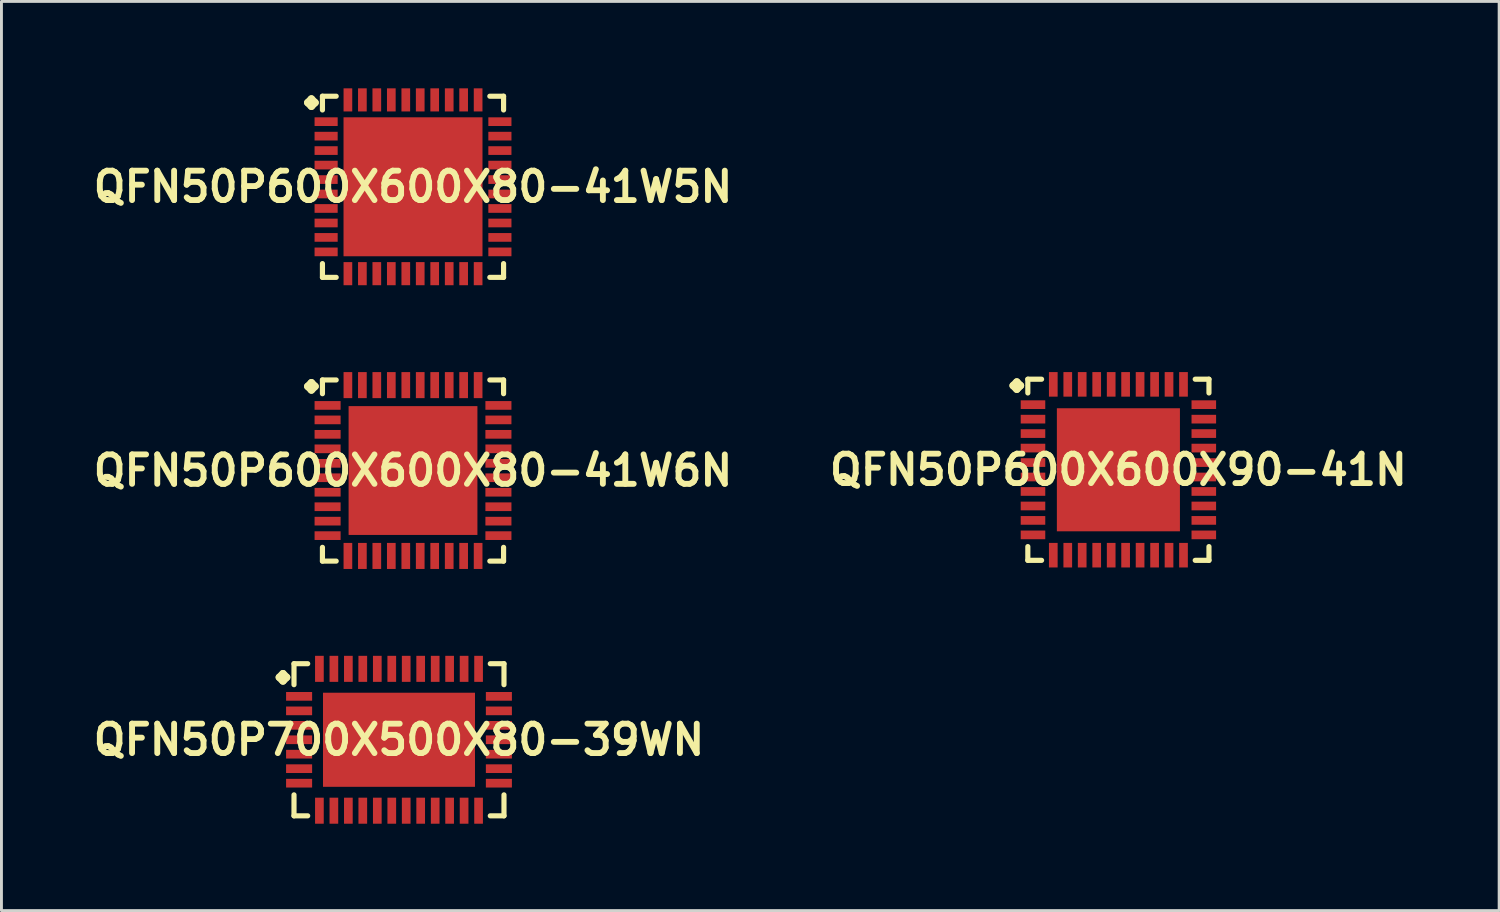
<source format=kicad_pcb>
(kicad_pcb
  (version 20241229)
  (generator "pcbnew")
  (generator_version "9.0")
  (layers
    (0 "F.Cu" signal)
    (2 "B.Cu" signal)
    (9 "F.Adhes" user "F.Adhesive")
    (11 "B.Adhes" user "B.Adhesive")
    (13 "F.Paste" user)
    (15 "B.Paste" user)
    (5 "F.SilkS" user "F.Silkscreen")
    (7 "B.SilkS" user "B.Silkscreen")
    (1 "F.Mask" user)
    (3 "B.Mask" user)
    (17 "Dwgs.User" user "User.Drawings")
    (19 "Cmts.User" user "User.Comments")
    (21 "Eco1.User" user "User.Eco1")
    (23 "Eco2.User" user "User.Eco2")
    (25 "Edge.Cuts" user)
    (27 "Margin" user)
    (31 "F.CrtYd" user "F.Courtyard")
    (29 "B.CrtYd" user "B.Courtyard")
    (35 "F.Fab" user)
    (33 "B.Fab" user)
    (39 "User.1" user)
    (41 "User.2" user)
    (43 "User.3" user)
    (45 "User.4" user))
  (footprint "QFN50P600X600X80-41W5N"
    (layer "F.Cu")
    (at 11.21 3.399)
    (property "Reference" "QFN50P600X600X80-41W5N" (at 0 0 0) (layer "F.SilkS") (effects (font (size 1.016 1.016) (thickness 0.203))))
    (attr smd)
    (fp_line (start -3.635 -2.906) (end -3.508 -3.033) (stroke (width 0.254) (type solid)) (layer "F.SilkS"))
    (fp_line (start -3.508 -3.033) (end -3.381 -2.906) (stroke (width 0.254) (type solid)) (layer "F.SilkS"))
    (fp_line (start -3.508 -2.779) (end -3.635 -2.906) (stroke (width 0.254) (type solid)) (layer "F.SilkS"))
    (fp_line (start -3.381 -2.906) (end -3.508 -2.779) (stroke (width 0.254) (type solid)) (layer "F.SilkS"))
    (fp_line (start -3.127 -3.127) (end -2.652 -3.127) (stroke (width 0.178) (type solid)) (layer "F.SilkS"))
    (fp_line (start -3.127 -2.652) (end -3.127 -3.127) (stroke (width 0.178) (type solid)) (layer "F.SilkS"))
    (fp_line (start -3.127 2.652) (end -3.127 3.127) (stroke (width 0.178) (type solid)) (layer "F.SilkS"))
    (fp_line (start -3.127 3.127) (end -2.652 3.127) (stroke (width 0.178) (type solid)) (layer "F.SilkS"))
    (fp_line (start 2.652 -3.127) (end 3.127 -3.127) (stroke (width 0.178) (type solid)) (layer "F.SilkS"))
    (fp_line (start 2.652 3.127) (end 3.127 3.127) (stroke (width 0.178) (type solid)) (layer "F.SilkS"))
    (fp_line (start 3.127 -3.127) (end 3.127 -2.652) (stroke (width 0.178) (type solid)) (layer "F.SilkS"))
    (fp_line (start 3.127 3.127) (end 3.127 2.652) (stroke (width 0.178) (type solid)) (layer "F.SilkS"))
    (pad "1" smd rect (at -3 -2.248) (size 0.798 0.3) (layers "F.Cu" "F.Mask" "F.Paste"))
    (pad "2" smd rect (at -3 -1.748) (size 0.798 0.3) (layers "F.Cu" "F.Mask" "F.Paste"))
    (pad "3" smd rect (at -3 -1.25) (size 0.798 0.3) (layers "F.Cu" "F.Mask" "F.Paste"))
    (pad "4" smd rect (at -3 -0.749) (size 0.798 0.3) (layers "F.Cu" "F.Mask" "F.Paste"))
    (pad "5" smd rect (at -3 -0.249) (size 0.798 0.3) (layers "F.Cu" "F.Mask" "F.Paste"))
    (pad "6" smd rect (at -3 0.249) (size 0.798 0.3) (layers "F.Cu" "F.Mask" "F.Paste"))
    (pad "7" smd rect (at -3 0.749) (size 0.798 0.3) (layers "F.Cu" "F.Mask" "F.Paste"))
    (pad "8" smd rect (at -3 1.25) (size 0.798 0.3) (layers "F.Cu" "F.Mask" "F.Paste"))
    (pad "9" smd rect (at -3 1.748) (size 0.798 0.3) (layers "F.Cu" "F.Mask" "F.Paste"))
    (pad "10" smd rect (at -3 2.248) (size 0.798 0.3) (layers "F.Cu" "F.Mask" "F.Paste"))
    (pad "11" smd rect (at -2.248 3) (size 0.3 0.798) (layers "F.Cu" "F.Mask" "F.Paste"))
    (pad "12" smd rect (at -1.748 3) (size 0.3 0.798) (layers "F.Cu" "F.Mask" "F.Paste"))
    (pad "13" smd rect (at -1.25 3) (size 0.3 0.798) (layers "F.Cu" "F.Mask" "F.Paste"))
    (pad "14" smd rect (at -0.749 3) (size 0.3 0.798) (layers "F.Cu" "F.Mask" "F.Paste"))
    (pad "15" smd rect (at -0.249 3) (size 0.3 0.798) (layers "F.Cu" "F.Mask" "F.Paste"))
    (pad "16" smd rect (at 0.249 3) (size 0.3 0.798) (layers "F.Cu" "F.Mask" "F.Paste"))
    (pad "17" smd rect (at 0.749 3) (size 0.3 0.798) (layers "F.Cu" "F.Mask" "F.Paste"))
    (pad "18" smd rect (at 1.25 3) (size 0.3 0.798) (layers "F.Cu" "F.Mask" "F.Paste"))
    (pad "19" smd rect (at 1.748 3) (size 0.3 0.798) (layers "F.Cu" "F.Mask" "F.Paste"))
    (pad "20" smd rect (at 2.248 3) (size 0.3 0.798) (layers "F.Cu" "F.Mask" "F.Paste"))
    (pad "21" smd rect (at 3 2.248) (size 0.798 0.3) (layers "F.Cu" "F.Mask" "F.Paste"))
    (pad "22" smd rect (at 3 1.748) (size 0.798 0.3) (layers "F.Cu" "F.Mask" "F.Paste"))
    (pad "23" smd rect (at 3 1.25) (size 0.798 0.3) (layers "F.Cu" "F.Mask" "F.Paste"))
    (pad "24" smd rect (at 3 0.749) (size 0.798 0.3) (layers "F.Cu" "F.Mask" "F.Paste"))
    (pad "25" smd rect (at 3 0.249) (size 0.798 0.3) (layers "F.Cu" "F.Mask" "F.Paste"))
    (pad "26" smd rect (at 3 -0.249) (size 0.798 0.3) (layers "F.Cu" "F.Mask" "F.Paste"))
    (pad "27" smd rect (at 3 -0.749) (size 0.798 0.3) (layers "F.Cu" "F.Mask" "F.Paste"))
    (pad "28" smd rect (at 3 -1.25) (size 0.798 0.3) (layers "F.Cu" "F.Mask" "F.Paste"))
    (pad "29" smd rect (at 3 -1.748) (size 0.798 0.3) (layers "F.Cu" "F.Mask" "F.Paste"))
    (pad "30" smd rect (at 3 -2.248) (size 0.798 0.3) (layers "F.Cu" "F.Mask" "F.Paste"))
    (pad "31" smd rect (at 2.248 -3) (size 0.3 0.798) (layers "F.Cu" "F.Mask" "F.Paste"))
    (pad "32" smd rect (at 1.748 -3) (size 0.3 0.798) (layers "F.Cu" "F.Mask" "F.Paste"))
    (pad "33" smd rect (at 1.25 -3) (size 0.3 0.798) (layers "F.Cu" "F.Mask" "F.Paste"))
    (pad "34" smd rect (at 0.749 -3) (size 0.3 0.798) (layers "F.Cu" "F.Mask" "F.Paste"))
    (pad "35" smd rect (at 0.249 -3) (size 0.3 0.798) (layers "F.Cu" "F.Mask" "F.Paste"))
    (pad "36" smd rect (at -0.249 -3) (size 0.3 0.798) (layers "F.Cu" "F.Mask" "F.Paste"))
    (pad "37" smd rect (at -0.749 -3) (size 0.3 0.798) (layers "F.Cu" "F.Mask" "F.Paste"))
    (pad "38" smd rect (at -1.25 -3) (size 0.3 0.798) (layers "F.Cu" "F.Mask" "F.Paste"))
    (pad "39" smd rect (at -1.748 -3) (size 0.3 0.798) (layers "F.Cu" "F.Mask" "F.Paste"))
    (pad "40" smd rect (at -2.248 -3) (size 0.3 0.798) (layers "F.Cu" "F.Mask" "F.Paste"))
    (pad "41" smd rect (at 0 0) (size 4.798 4.798) (layers "F.Cu" "F.Mask" "F.Paste")))
  (footprint "QFN50P700X500X80-39WN"
    (layer "F.Cu")
    (at 10.726 22.492)
    (property "Reference" "QFN50P700X500X80-39WN" (at 0 0 0) (layer "F.SilkS") (effects (font (size 1.016 1.016) (thickness 0.203))))
    (attr smd)
    (fp_line (start -4.133 -2.156) (end -4.006 -2.283) (stroke (width 0.254) (type solid)) (layer "F.SilkS"))
    (fp_line (start -4.006 -2.283) (end -3.879 -2.156) (stroke (width 0.254) (type solid)) (layer "F.SilkS"))
    (fp_line (start -4.006 -2.029) (end -4.133 -2.156) (stroke (width 0.254) (type solid)) (layer "F.SilkS"))
    (fp_line (start -3.879 -2.156) (end -4.006 -2.029) (stroke (width 0.254) (type solid)) (layer "F.SilkS"))
    (fp_line (start -3.625 -2.626) (end -3.152 -2.626) (stroke (width 0.178) (type solid)) (layer "F.SilkS"))
    (fp_line (start -3.625 -1.902) (end -3.625 -2.626) (stroke (width 0.178) (type solid)) (layer "F.SilkS"))
    (fp_line (start -3.625 1.902) (end -3.625 2.626) (stroke (width 0.178) (type solid)) (layer "F.SilkS"))
    (fp_line (start -3.625 2.626) (end -3.152 2.626) (stroke (width 0.178) (type solid)) (layer "F.SilkS"))
    (fp_line (start 3.152 -2.626) (end 3.625 -2.626) (stroke (width 0.178) (type solid)) (layer "F.SilkS"))
    (fp_line (start 3.152 2.626) (end 3.625 2.626) (stroke (width 0.178) (type solid)) (layer "F.SilkS"))
    (fp_line (start 3.625 -2.626) (end 3.625 -1.902) (stroke (width 0.178) (type solid)) (layer "F.SilkS"))
    (fp_line (start 3.625 2.626) (end 3.625 1.902) (stroke (width 0.178) (type solid)) (layer "F.SilkS"))
    (pad "1" smd rect (at -3.449 -1.499) (size 0.899 0.3) (layers "F.Cu" "F.Mask" "F.Paste"))
    (pad "2" smd rect (at -3.449 -0.998) (size 0.899 0.3) (layers "F.Cu" "F.Mask" "F.Paste"))
    (pad "3" smd rect (at -3.449 -0.498) (size 0.899 0.3) (layers "F.Cu" "F.Mask" "F.Paste"))
    (pad "4" smd rect (at -3.449 0) (size 0.899 0.3) (layers "F.Cu" "F.Mask" "F.Paste"))
    (pad "5" smd rect (at -3.449 0.498) (size 0.899 0.3) (layers "F.Cu" "F.Mask" "F.Paste"))
    (pad "6" smd rect (at -3.449 0.998) (size 0.899 0.3) (layers "F.Cu" "F.Mask" "F.Paste"))
    (pad "7" smd rect (at -3.449 1.499) (size 0.899 0.3) (layers "F.Cu" "F.Mask" "F.Paste"))
    (pad "8" smd rect (at -2.748 2.449) (size 0.3 0.899) (layers "F.Cu" "F.Mask" "F.Paste"))
    (pad "9" smd rect (at -2.248 2.449) (size 0.3 0.899) (layers "F.Cu" "F.Mask" "F.Paste"))
    (pad "10" smd rect (at -1.748 2.449) (size 0.3 0.899) (layers "F.Cu" "F.Mask" "F.Paste"))
    (pad "11" smd rect (at -1.25 2.449) (size 0.3 0.899) (layers "F.Cu" "F.Mask" "F.Paste"))
    (pad "12" smd rect (at -0.749 2.449) (size 0.3 0.899) (layers "F.Cu" "F.Mask" "F.Paste"))
    (pad "13" smd rect (at -0.249 2.449) (size 0.3 0.899) (layers "F.Cu" "F.Mask" "F.Paste"))
    (pad "14" smd rect (at 0.249 2.449) (size 0.3 0.899) (layers "F.Cu" "F.Mask" "F.Paste"))
    (pad "15" smd rect (at 0.749 2.449) (size 0.3 0.899) (layers "F.Cu" "F.Mask" "F.Paste"))
    (pad "16" smd rect (at 1.25 2.449) (size 0.3 0.899) (layers "F.Cu" "F.Mask" "F.Paste"))
    (pad "17" smd rect (at 1.748 2.449) (size 0.3 0.899) (layers "F.Cu" "F.Mask" "F.Paste"))
    (pad "18" smd rect (at 2.248 2.449) (size 0.3 0.899) (layers "F.Cu" "F.Mask" "F.Paste"))
    (pad "19" smd rect (at 2.748 2.449) (size 0.3 0.899) (layers "F.Cu" "F.Mask" "F.Paste"))
    (pad "20" smd rect (at 3.449 1.499) (size 0.899 0.3) (layers "F.Cu" "F.Mask" "F.Paste"))
    (pad "21" smd rect (at 3.449 0.998) (size 0.899 0.3) (layers "F.Cu" "F.Mask" "F.Paste"))
    (pad "22" smd rect (at 3.449 0.498) (size 0.899 0.3) (layers "F.Cu" "F.Mask" "F.Paste"))
    (pad "23" smd rect (at 3.449 0) (size 0.899 0.3) (layers "F.Cu" "F.Mask" "F.Paste"))
    (pad "24" smd rect (at 3.449 -0.498) (size 0.899 0.3) (layers "F.Cu" "F.Mask" "F.Paste"))
    (pad "25" smd rect (at 3.449 -0.998) (size 0.899 0.3) (layers "F.Cu" "F.Mask" "F.Paste"))
    (pad "26" smd rect (at 3.449 -1.499) (size 0.899 0.3) (layers "F.Cu" "F.Mask" "F.Paste"))
    (pad "27" smd rect (at 2.748 -2.449) (size 0.3 0.899) (layers "F.Cu" "F.Mask" "F.Paste"))
    (pad "28" smd rect (at 2.248 -2.449) (size 0.3 0.899) (layers "F.Cu" "F.Mask" "F.Paste"))
    (pad "29" smd rect (at 1.748 -2.449) (size 0.3 0.899) (layers "F.Cu" "F.Mask" "F.Paste"))
    (pad "30" smd rect (at 1.25 -2.449) (size 0.3 0.899) (layers "F.Cu" "F.Mask" "F.Paste"))
    (pad "31" smd rect (at 0.749 -2.449) (size 0.3 0.899) (layers "F.Cu" "F.Mask" "F.Paste"))
    (pad "32" smd rect (at 0.249 -2.449) (size 0.3 0.899) (layers "F.Cu" "F.Mask" "F.Paste"))
    (pad "33" smd rect (at -0.249 -2.449) (size 0.3 0.899) (layers "F.Cu" "F.Mask" "F.Paste"))
    (pad "34" smd rect (at -0.749 -2.449) (size 0.3 0.899) (layers "F.Cu" "F.Mask" "F.Paste"))
    (pad "35" smd rect (at -1.25 -2.449) (size 0.3 0.899) (layers "F.Cu" "F.Mask" "F.Paste"))
    (pad "36" smd rect (at -1.748 -2.449) (size 0.3 0.899) (layers "F.Cu" "F.Mask" "F.Paste"))
    (pad "37" smd rect (at -2.248 -2.449) (size 0.3 0.899) (layers "F.Cu" "F.Mask" "F.Paste"))
    (pad "38" smd rect (at -2.748 -2.449) (size 0.3 0.899) (layers "F.Cu" "F.Mask" "F.Paste"))
    (pad "39" smd rect (at 0 0) (size 5.248 3.249) (layers "F.Cu" "F.Mask" "F.Paste")))
  (footprint "QFN50P600X600X80-41W6N"
    (layer "F.Cu")
    (at 11.21 13.196)
    (property "Reference" "QFN50P600X600X80-41W6N" (at 0 0 0) (layer "F.SilkS") (effects (font (size 1.016 1.016) (thickness 0.203))))
    (attr smd)
    (fp_line (start -3.635 -2.906) (end -3.508 -3.033) (stroke (width 0.254) (type solid)) (layer "F.SilkS"))
    (fp_line (start -3.508 -3.033) (end -3.381 -2.906) (stroke (width 0.254) (type solid)) (layer "F.SilkS"))
    (fp_line (start -3.508 -2.779) (end -3.635 -2.906) (stroke (width 0.254) (type solid)) (layer "F.SilkS"))
    (fp_line (start -3.381 -2.906) (end -3.508 -2.779) (stroke (width 0.254) (type solid)) (layer "F.SilkS"))
    (fp_line (start -3.127 -3.127) (end -2.652 -3.127) (stroke (width 0.178) (type solid)) (layer "F.SilkS"))
    (fp_line (start -3.127 -2.652) (end -3.127 -3.127) (stroke (width 0.178) (type solid)) (layer "F.SilkS"))
    (fp_line (start -3.127 2.652) (end -3.127 3.127) (stroke (width 0.178) (type solid)) (layer "F.SilkS"))
    (fp_line (start -3.127 3.127) (end -2.652 3.127) (stroke (width 0.178) (type solid)) (layer "F.SilkS"))
    (fp_line (start 2.652 -3.127) (end 3.127 -3.127) (stroke (width 0.178) (type solid)) (layer "F.SilkS"))
    (fp_line (start 2.652 3.127) (end 3.127 3.127) (stroke (width 0.178) (type solid)) (layer "F.SilkS"))
    (fp_line (start 3.127 -3.127) (end 3.127 -2.652) (stroke (width 0.178) (type solid)) (layer "F.SilkS"))
    (fp_line (start 3.127 3.127) (end 3.127 2.652) (stroke (width 0.178) (type solid)) (layer "F.SilkS"))
    (pad "1" smd rect (at -2.949 -2.248) (size 0.899 0.3) (layers "F.Cu" "F.Mask" "F.Paste"))
    (pad "2" smd rect (at -2.949 -1.748) (size 0.899 0.3) (layers "F.Cu" "F.Mask" "F.Paste"))
    (pad "3" smd rect (at -2.949 -1.25) (size 0.899 0.3) (layers "F.Cu" "F.Mask" "F.Paste"))
    (pad "4" smd rect (at -2.949 -0.749) (size 0.899 0.3) (layers "F.Cu" "F.Mask" "F.Paste"))
    (pad "5" smd rect (at -2.949 -0.249) (size 0.899 0.3) (layers "F.Cu" "F.Mask" "F.Paste"))
    (pad "6" smd rect (at -2.949 0.249) (size 0.899 0.3) (layers "F.Cu" "F.Mask" "F.Paste"))
    (pad "7" smd rect (at -2.949 0.749) (size 0.899 0.3) (layers "F.Cu" "F.Mask" "F.Paste"))
    (pad "8" smd rect (at -2.949 1.25) (size 0.899 0.3) (layers "F.Cu" "F.Mask" "F.Paste"))
    (pad "9" smd rect (at -2.949 1.748) (size 0.899 0.3) (layers "F.Cu" "F.Mask" "F.Paste"))
    (pad "10" smd rect (at -2.949 2.248) (size 0.899 0.3) (layers "F.Cu" "F.Mask" "F.Paste"))
    (pad "11" smd rect (at -2.248 2.949) (size 0.3 0.899) (layers "F.Cu" "F.Mask" "F.Paste"))
    (pad "12" smd rect (at -1.748 2.949) (size 0.3 0.899) (layers "F.Cu" "F.Mask" "F.Paste"))
    (pad "13" smd rect (at -1.25 2.949) (size 0.3 0.899) (layers "F.Cu" "F.Mask" "F.Paste"))
    (pad "14" smd rect (at -0.749 2.949) (size 0.3 0.899) (layers "F.Cu" "F.Mask" "F.Paste"))
    (pad "15" smd rect (at -0.249 2.949) (size 0.3 0.899) (layers "F.Cu" "F.Mask" "F.Paste"))
    (pad "16" smd rect (at 0.249 2.949) (size 0.3 0.899) (layers "F.Cu" "F.Mask" "F.Paste"))
    (pad "17" smd rect (at 0.749 2.949) (size 0.3 0.899) (layers "F.Cu" "F.Mask" "F.Paste"))
    (pad "18" smd rect (at 1.25 2.949) (size 0.3 0.899) (layers "F.Cu" "F.Mask" "F.Paste"))
    (pad "19" smd rect (at 1.748 2.949) (size 0.3 0.899) (layers "F.Cu" "F.Mask" "F.Paste"))
    (pad "20" smd rect (at 2.248 2.949) (size 0.3 0.899) (layers "F.Cu" "F.Mask" "F.Paste"))
    (pad "21" smd rect (at 2.949 2.248) (size 0.899 0.3) (layers "F.Cu" "F.Mask" "F.Paste"))
    (pad "22" smd rect (at 2.949 1.748) (size 0.899 0.3) (layers "F.Cu" "F.Mask" "F.Paste"))
    (pad "23" smd rect (at 2.949 1.25) (size 0.899 0.3) (layers "F.Cu" "F.Mask" "F.Paste"))
    (pad "24" smd rect (at 2.949 0.749) (size 0.899 0.3) (layers "F.Cu" "F.Mask" "F.Paste"))
    (pad "25" smd rect (at 2.949 0.249) (size 0.899 0.3) (layers "F.Cu" "F.Mask" "F.Paste"))
    (pad "26" smd rect (at 2.949 -0.249) (size 0.899 0.3) (layers "F.Cu" "F.Mask" "F.Paste"))
    (pad "27" smd rect (at 2.949 -0.749) (size 0.899 0.3) (layers "F.Cu" "F.Mask" "F.Paste"))
    (pad "28" smd rect (at 2.949 -1.25) (size 0.899 0.3) (layers "F.Cu" "F.Mask" "F.Paste"))
    (pad "29" smd rect (at 2.949 -1.748) (size 0.899 0.3) (layers "F.Cu" "F.Mask" "F.Paste"))
    (pad "30" smd rect (at 2.949 -2.248) (size 0.899 0.3) (layers "F.Cu" "F.Mask" "F.Paste"))
    (pad "31" smd rect (at 2.248 -2.949) (size 0.3 0.899) (layers "F.Cu" "F.Mask" "F.Paste"))
    (pad "32" smd rect (at 1.748 -2.949) (size 0.3 0.899) (layers "F.Cu" "F.Mask" "F.Paste"))
    (pad "33" smd rect (at 1.25 -2.949) (size 0.3 0.899) (layers "F.Cu" "F.Mask" "F.Paste"))
    (pad "34" smd rect (at 0.749 -2.949) (size 0.3 0.899) (layers "F.Cu" "F.Mask" "F.Paste"))
    (pad "35" smd rect (at 0.249 -2.949) (size 0.3 0.899) (layers "F.Cu" "F.Mask" "F.Paste"))
    (pad "36" smd rect (at -0.249 -2.949) (size 0.3 0.899) (layers "F.Cu" "F.Mask" "F.Paste"))
    (pad "37" smd rect (at -0.749 -2.949) (size 0.3 0.899) (layers "F.Cu" "F.Mask" "F.Paste"))
    (pad "38" smd rect (at -1.25 -2.949) (size 0.3 0.899) (layers "F.Cu" "F.Mask" "F.Paste"))
    (pad "39" smd rect (at -1.748 -2.949) (size 0.3 0.899) (layers "F.Cu" "F.Mask" "F.Paste"))
    (pad "40" smd rect (at -2.248 -2.949) (size 0.3 0.899) (layers "F.Cu" "F.Mask" "F.Paste"))
    (pad "41" smd rect (at 0 0) (size 4.448 4.448) (layers "F.Cu" "F.Mask" "F.Paste")))
  (footprint "QFN50P600X600X90-41N"
    (layer "F.Cu")
    (at 35.565 13.17)
    (property "Reference" "QFN50P600X600X90-41N" (at 0 0 0) (layer "F.SilkS") (effects (font (size 1.016 1.016) (thickness 0.203))))
    (attr smd)
    (fp_line (start -3.635 -2.906) (end -3.508 -3.033) (stroke (width 0.254) (type solid)) (layer "F.SilkS"))
    (fp_line (start -3.508 -3.033) (end -3.381 -2.906) (stroke (width 0.254) (type solid)) (layer "F.SilkS"))
    (fp_line (start -3.508 -2.779) (end -3.635 -2.906) (stroke (width 0.254) (type solid)) (layer "F.SilkS"))
    (fp_line (start -3.381 -2.906) (end -3.508 -2.779) (stroke (width 0.254) (type solid)) (layer "F.SilkS"))
    (fp_line (start -3.127 -3.127) (end -2.652 -3.127) (stroke (width 0.178) (type solid)) (layer "F.SilkS"))
    (fp_line (start -3.127 -2.652) (end -3.127 -3.127) (stroke (width 0.178) (type solid)) (layer "F.SilkS"))
    (fp_line (start -3.127 2.652) (end -3.127 3.127) (stroke (width 0.178) (type solid)) (layer "F.SilkS"))
    (fp_line (start -3.127 3.127) (end -2.652 3.127) (stroke (width 0.178) (type solid)) (layer "F.SilkS"))
    (fp_line (start 2.652 -3.127) (end 3.127 -3.127) (stroke (width 0.178) (type solid)) (layer "F.SilkS"))
    (fp_line (start 2.652 3.127) (end 3.127 3.127) (stroke (width 0.178) (type solid)) (layer "F.SilkS"))
    (fp_line (start 3.127 -3.127) (end 3.127 -2.652) (stroke (width 0.178) (type solid)) (layer "F.SilkS"))
    (fp_line (start 3.127 3.127) (end 3.127 2.652) (stroke (width 0.178) (type solid)) (layer "F.SilkS"))
    (pad "1" smd rect (at -2.949 -2.248) (size 0.848 0.3) (layers "F.Cu" "F.Mask" "F.Paste"))
    (pad "2" smd rect (at -2.949 -1.748) (size 0.848 0.3) (layers "F.Cu" "F.Mask" "F.Paste"))
    (pad "3" smd rect (at -2.949 -1.25) (size 0.848 0.3) (layers "F.Cu" "F.Mask" "F.Paste"))
    (pad "4" smd rect (at -2.949 -0.749) (size 0.848 0.3) (layers "F.Cu" "F.Mask" "F.Paste"))
    (pad "5" smd rect (at -2.949 -0.249) (size 0.848 0.3) (layers "F.Cu" "F.Mask" "F.Paste"))
    (pad "6" smd rect (at -2.949 0.249) (size 0.848 0.3) (layers "F.Cu" "F.Mask" "F.Paste"))
    (pad "7" smd rect (at -2.949 0.749) (size 0.848 0.3) (layers "F.Cu" "F.Mask" "F.Paste"))
    (pad "8" smd rect (at -2.949 1.25) (size 0.848 0.3) (layers "F.Cu" "F.Mask" "F.Paste"))
    (pad "9" smd rect (at -2.949 1.748) (size 0.848 0.3) (layers "F.Cu" "F.Mask" "F.Paste"))
    (pad "10" smd rect (at -2.949 2.248) (size 0.848 0.3) (layers "F.Cu" "F.Mask" "F.Paste"))
    (pad "11" smd rect (at -2.248 2.949) (size 0.3 0.848) (layers "F.Cu" "F.Mask" "F.Paste"))
    (pad "12" smd rect (at -1.748 2.949) (size 0.3 0.848) (layers "F.Cu" "F.Mask" "F.Paste"))
    (pad "13" smd rect (at -1.25 2.949) (size 0.3 0.848) (layers "F.Cu" "F.Mask" "F.Paste"))
    (pad "14" smd rect (at -0.749 2.949) (size 0.3 0.848) (layers "F.Cu" "F.Mask" "F.Paste"))
    (pad "15" smd rect (at -0.249 2.949) (size 0.3 0.848) (layers "F.Cu" "F.Mask" "F.Paste"))
    (pad "16" smd rect (at 0.249 2.949) (size 0.3 0.848) (layers "F.Cu" "F.Mask" "F.Paste"))
    (pad "17" smd rect (at 0.749 2.949) (size 0.3 0.848) (layers "F.Cu" "F.Mask" "F.Paste"))
    (pad "18" smd rect (at 1.25 2.949) (size 0.3 0.848) (layers "F.Cu" "F.Mask" "F.Paste"))
    (pad "19" smd rect (at 1.748 2.949) (size 0.3 0.848) (layers "F.Cu" "F.Mask" "F.Paste"))
    (pad "20" smd rect (at 2.248 2.949) (size 0.3 0.848) (layers "F.Cu" "F.Mask" "F.Paste"))
    (pad "21" smd rect (at 2.949 2.248) (size 0.848 0.3) (layers "F.Cu" "F.Mask" "F.Paste"))
    (pad "22" smd rect (at 2.949 1.748) (size 0.848 0.3) (layers "F.Cu" "F.Mask" "F.Paste"))
    (pad "23" smd rect (at 2.949 1.25) (size 0.848 0.3) (layers "F.Cu" "F.Mask" "F.Paste"))
    (pad "24" smd rect (at 2.949 0.749) (size 0.848 0.3) (layers "F.Cu" "F.Mask" "F.Paste"))
    (pad "25" smd rect (at 2.949 0.249) (size 0.848 0.3) (layers "F.Cu" "F.Mask" "F.Paste"))
    (pad "26" smd rect (at 2.949 -0.249) (size 0.848 0.3) (layers "F.Cu" "F.Mask" "F.Paste"))
    (pad "27" smd rect (at 2.949 -0.749) (size 0.848 0.3) (layers "F.Cu" "F.Mask" "F.Paste"))
    (pad "28" smd rect (at 2.949 -1.25) (size 0.848 0.3) (layers "F.Cu" "F.Mask" "F.Paste"))
    (pad "29" smd rect (at 2.949 -1.748) (size 0.848 0.3) (layers "F.Cu" "F.Mask" "F.Paste"))
    (pad "30" smd rect (at 2.949 -2.248) (size 0.848 0.3) (layers "F.Cu" "F.Mask" "F.Paste"))
    (pad "31" smd rect (at 2.248 -2.949) (size 0.3 0.848) (layers "F.Cu" "F.Mask" "F.Paste"))
    (pad "32" smd rect (at 1.748 -2.949) (size 0.3 0.848) (layers "F.Cu" "F.Mask" "F.Paste"))
    (pad "33" smd rect (at 1.25 -2.949) (size 0.3 0.848) (layers "F.Cu" "F.Mask" "F.Paste"))
    (pad "34" smd rect (at 0.749 -2.949) (size 0.3 0.848) (layers "F.Cu" "F.Mask" "F.Paste"))
    (pad "35" smd rect (at 0.249 -2.949) (size 0.3 0.848) (layers "F.Cu" "F.Mask" "F.Paste"))
    (pad "36" smd rect (at -0.249 -2.949) (size 0.3 0.848) (layers "F.Cu" "F.Mask" "F.Paste"))
    (pad "37" smd rect (at -0.749 -2.949) (size 0.3 0.848) (layers "F.Cu" "F.Mask" "F.Paste"))
    (pad "38" smd rect (at -1.25 -2.949) (size 0.3 0.848) (layers "F.Cu" "F.Mask" "F.Paste"))
    (pad "39" smd rect (at -1.748 -2.949) (size 0.3 0.848) (layers "F.Cu" "F.Mask" "F.Paste"))
    (pad "40" smd rect (at -2.248 -2.949) (size 0.3 0.848) (layers "F.Cu" "F.Mask" "F.Paste"))
    (pad "41" smd rect (at 0 0) (size 4.249 4.249) (layers "F.Cu" "F.Mask" "F.Paste")))
  (gr_rect
    (start -3 -3)
    (end 48.711 28.39)
    (stroke (width 0.1) (type default))
    (fill no)
    (layer "Edge.Cuts")))
</source>
